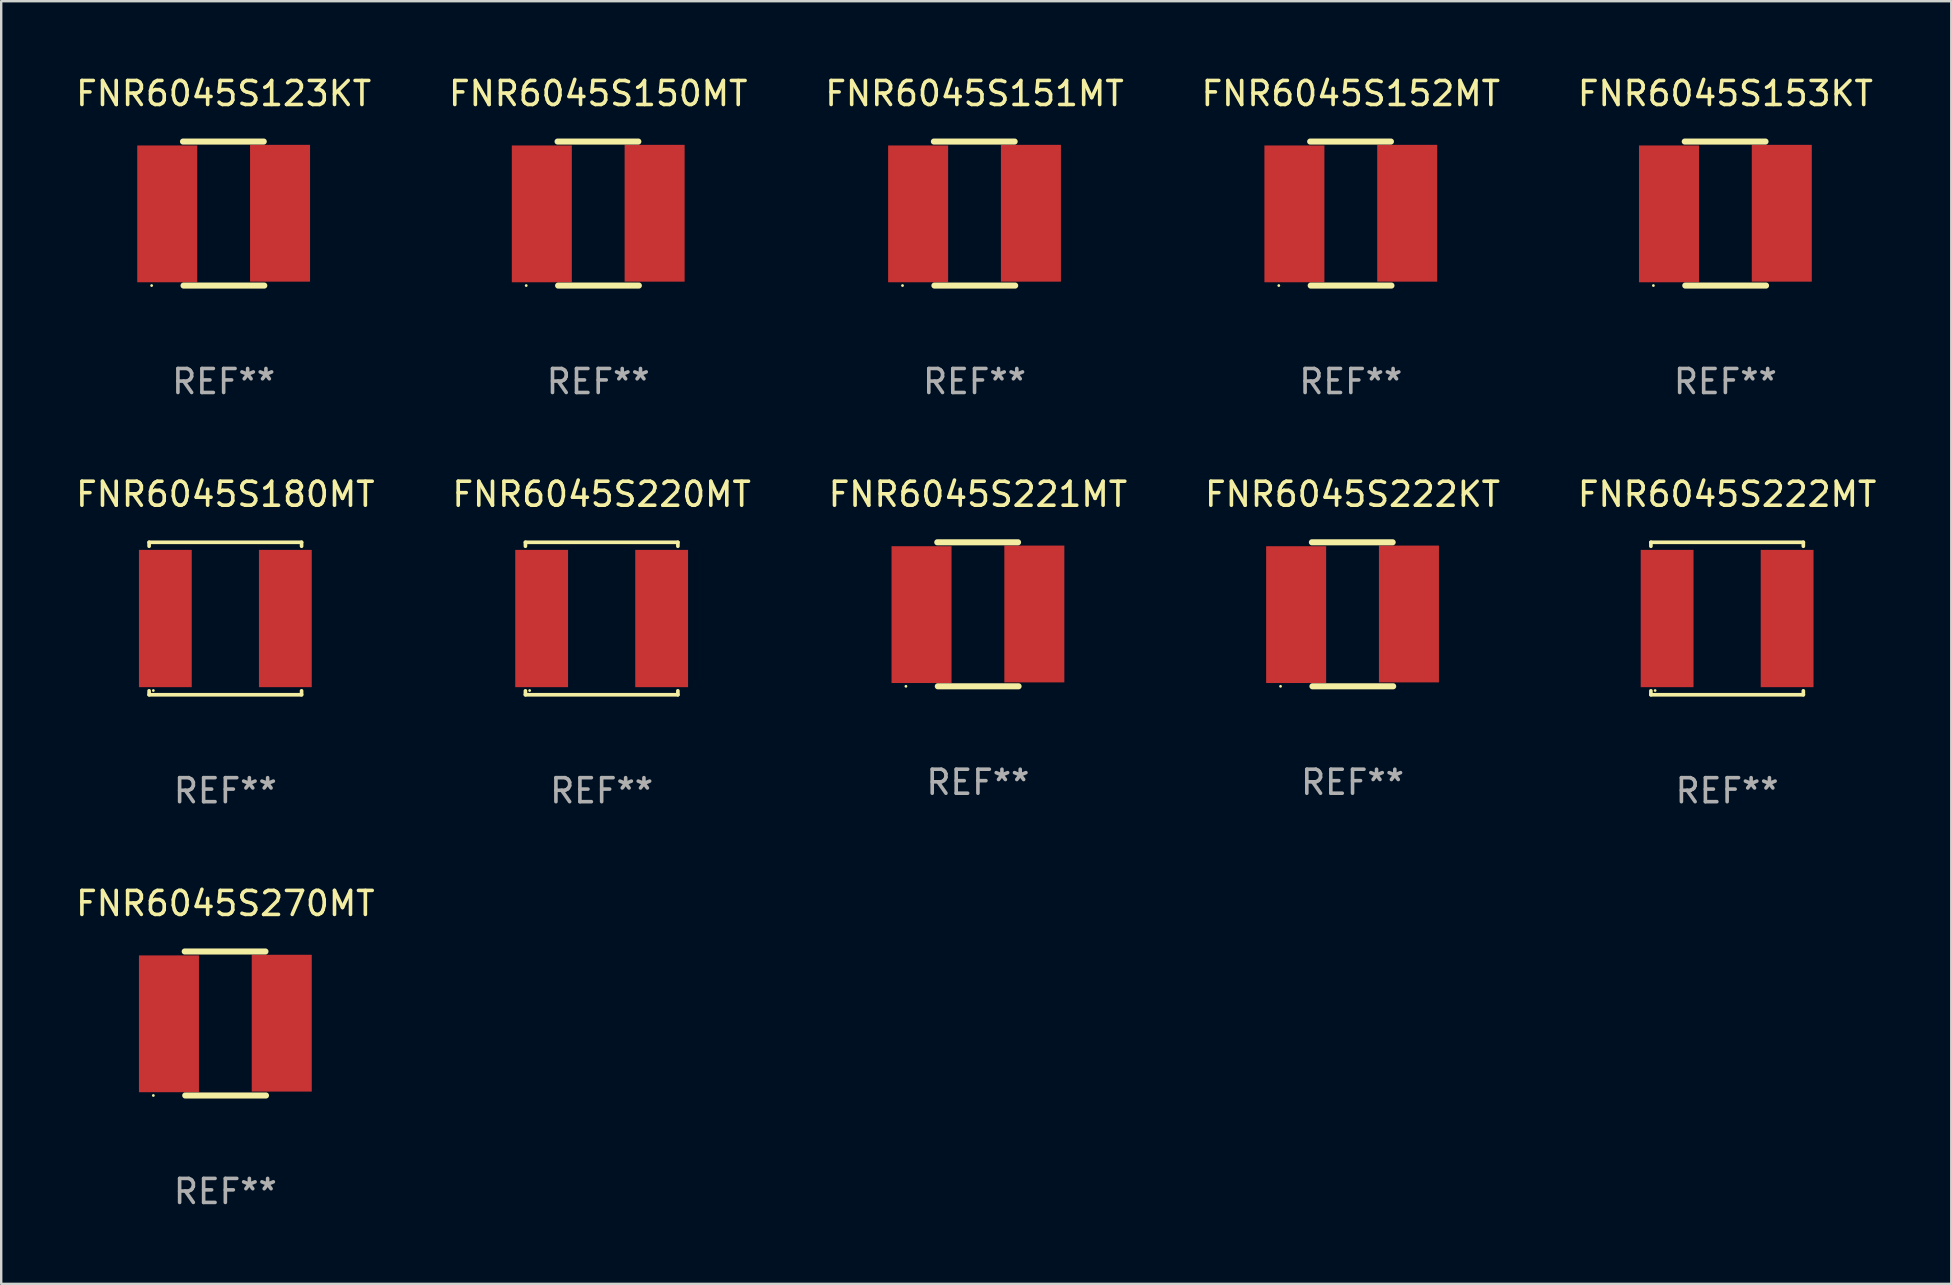
<source format=kicad_pcb>
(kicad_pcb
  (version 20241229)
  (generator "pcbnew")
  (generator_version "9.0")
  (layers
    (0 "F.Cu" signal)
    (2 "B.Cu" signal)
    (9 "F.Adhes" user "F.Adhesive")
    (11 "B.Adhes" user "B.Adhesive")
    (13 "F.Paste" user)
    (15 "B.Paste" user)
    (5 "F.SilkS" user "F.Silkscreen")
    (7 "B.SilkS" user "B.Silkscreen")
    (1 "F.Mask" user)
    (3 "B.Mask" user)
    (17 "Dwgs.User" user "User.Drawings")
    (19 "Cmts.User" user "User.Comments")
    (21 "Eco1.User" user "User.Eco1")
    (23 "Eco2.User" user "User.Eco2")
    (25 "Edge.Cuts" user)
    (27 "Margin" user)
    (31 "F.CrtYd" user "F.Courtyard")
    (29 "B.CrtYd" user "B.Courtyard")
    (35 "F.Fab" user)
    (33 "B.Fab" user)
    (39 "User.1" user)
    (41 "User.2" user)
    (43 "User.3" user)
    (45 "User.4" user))
  (footprint "FNR6045S152MT"
    (layer "F.Cu")
    (at 53.232 5.848)
    (property "Reference" "FNR6045S152MT" (at 0 -5 0) (layer "F.SilkS") (effects (font (size 1 1) (thickness 0.15))))
    (attr through_hole)
    (fp_line (start -1.693 -3) (end 1.671 -3) (stroke (width 0.254) (type solid)) (layer "F.SilkS"))
    (fp_line (start -1.671 3) (end 1.693 3) (stroke (width 0.254) (type solid)) (layer "F.SilkS"))
    (fp_circle (center -3 3) (end -2.97 3) (stroke (width 0.06) (type solid)) (fill no) (layer "F.SilkS"))
    (fp_text user "REF**" (at 0 7 0) (layer "F.Fab") (effects (font (size 1 1) (thickness 0.15))))
    (pad "1" smd rect (at -2.35 0.013) (size 2.5 5.7) (layers "F.Cu" "F.Mask" "F.Paste"))
    (pad "2" smd rect (at 2.35 -0.013) (size 2.5 5.7) (layers "F.Cu" "F.Mask" "F.Paste")))
  (footprint "FNR6045S153KT"
    (layer "F.Cu")
    (at 68.839 5.848)
    (property "Reference" "FNR6045S153KT" (at 0 -5 0) (layer "F.SilkS") (effects (font (size 1 1) (thickness 0.15))))
    (attr through_hole)
    (fp_line (start -1.693 -3) (end 1.671 -3) (stroke (width 0.254) (type solid)) (layer "F.SilkS"))
    (fp_line (start -1.671 3) (end 1.693 3) (stroke (width 0.254) (type solid)) (layer "F.SilkS"))
    (fp_circle (center -3 3) (end -2.97 3) (stroke (width 0.06) (type solid)) (fill no) (layer "F.SilkS"))
    (fp_text user "REF**" (at 0 7 0) (layer "F.Fab") (effects (font (size 1 1) (thickness 0.15))))
    (pad "1" smd rect (at -2.35 0.013) (size 2.5 5.7) (layers "F.Cu" "F.Mask" "F.Paste"))
    (pad "2" smd rect (at 2.35 -0.013) (size 2.5 5.7) (layers "F.Cu" "F.Mask" "F.Paste")))
  (footprint "FNR6045S123KT"
    (layer "F.Cu")
    (at 6.268 5.848)
    (property "Reference" "FNR6045S123KT" (at 0 -5 0) (layer "F.SilkS") (effects (font (size 1 1) (thickness 0.15))))
    (attr through_hole)
    (fp_line (start -1.693 -3) (end 1.671 -3) (stroke (width 0.254) (type solid)) (layer "F.SilkS"))
    (fp_line (start -1.671 3) (end 1.693 3) (stroke (width 0.254) (type solid)) (layer "F.SilkS"))
    (fp_circle (center -3 3) (end -2.97 3) (stroke (width 0.06) (type solid)) (fill no) (layer "F.SilkS"))
    (fp_text user "REF**" (at 0 7 0) (layer "F.Fab") (effects (font (size 1 1) (thickness 0.15))))
    (pad "1" smd rect (at -2.35 0.013) (size 2.5 5.7) (layers "F.Cu" "F.Mask" "F.Paste"))
    (pad "2" smd rect (at 2.35 -0.013) (size 2.5 5.7) (layers "F.Cu" "F.Mask" "F.Paste")))
  (footprint "FNR6045S220MT"
    (layer "F.Cu")
    (at 22.018 22.721)
    (property "Reference" "FNR6045S220MT" (at 0 -5.176 0) (layer "F.SilkS") (effects (font (size 1 1) (thickness 0.15))))
    (attr through_hole)
    (fp_line (start -3.176 -3.176) (end 3.176 -3.176) (stroke (width 0.152) (type solid)) (layer "F.SilkS"))
    (fp_line (start -3.176 -3.012) (end -3.176 -3.176) (stroke (width 0.152) (type solid)) (layer "F.SilkS"))
    (fp_line (start -3.176 3.012) (end -3.176 3.176) (stroke (width 0.152) (type solid)) (layer "F.SilkS"))
    (fp_line (start -3.176 3.176) (end 3.176 3.176) (stroke (width 0.152) (type solid)) (layer "F.SilkS"))
    (fp_line (start 3.176 -3.176) (end 3.176 -3.012) (stroke (width 0.152) (type solid)) (layer "F.SilkS"))
    (fp_line (start 3.176 3.176) (end 3.176 3.012) (stroke (width 0.152) (type solid)) (layer "F.SilkS"))
    (fp_circle (center -3 3) (end -2.97 3) (stroke (width 0.06) (type solid)) (fill no) (layer "F.SilkS"))
    (fp_text user "REF**" (at 0 7.176 0) (layer "F.Fab") (effects (font (size 1 1) (thickness 0.15))))
    (pad "1" smd rect (at -2.5 0) (size 2.2 5.72) (layers "F.Cu" "F.Mask" "F.Paste"))
    (pad "2" smd rect (at 2.5 0) (size 2.2 5.72) (layers "F.Cu" "F.Mask" "F.Paste")))
  (footprint "FNR6045S150MT"
    (layer "F.Cu")
    (at 21.875 5.848)
    (property "Reference" "FNR6045S150MT" (at 0 -5 0) (layer "F.SilkS") (effects (font (size 1 1) (thickness 0.15))))
    (attr through_hole)
    (fp_line (start -1.693 -3) (end 1.671 -3) (stroke (width 0.254) (type solid)) (layer "F.SilkS"))
    (fp_line (start -1.671 3) (end 1.693 3) (stroke (width 0.254) (type solid)) (layer "F.SilkS"))
    (fp_circle (center -3 3) (end -2.97 3) (stroke (width 0.06) (type solid)) (fill no) (layer "F.SilkS"))
    (fp_text user "REF**" (at 0 7 0) (layer "F.Fab") (effects (font (size 1 1) (thickness 0.15))))
    (pad "1" smd rect (at -2.35 0.013) (size 2.5 5.7) (layers "F.Cu" "F.Mask" "F.Paste"))
    (pad "2" smd rect (at 2.35 -0.013) (size 2.5 5.7) (layers "F.Cu" "F.Mask" "F.Paste")))
  (footprint "FNR6045S222MT"
    (layer "F.Cu")
    (at 68.911 22.721)
    (property "Reference" "FNR6045S222MT" (at 0 -5.176 0) (layer "F.SilkS") (effects (font (size 1 1) (thickness 0.15))))
    (attr through_hole)
    (fp_line (start -3.176 -3.176) (end 3.176 -3.176) (stroke (width 0.152) (type solid)) (layer "F.SilkS"))
    (fp_line (start -3.176 -3.012) (end -3.176 -3.176) (stroke (width 0.152) (type solid)) (layer "F.SilkS"))
    (fp_line (start -3.176 3.012) (end -3.176 3.176) (stroke (width 0.152) (type solid)) (layer "F.SilkS"))
    (fp_line (start -3.176 3.176) (end 3.176 3.176) (stroke (width 0.152) (type solid)) (layer "F.SilkS"))
    (fp_line (start 3.176 -3.176) (end 3.176 -3.012) (stroke (width 0.152) (type solid)) (layer "F.SilkS"))
    (fp_line (start 3.176 3.176) (end 3.176 3.012) (stroke (width 0.152) (type solid)) (layer "F.SilkS"))
    (fp_circle (center -3 3) (end -2.97 3) (stroke (width 0.06) (type solid)) (fill no) (layer "F.SilkS"))
    (fp_text user "REF**" (at 0 7.176 0) (layer "F.Fab") (effects (font (size 1 1) (thickness 0.15))))
    (pad "1" smd rect (at -2.5 0) (size 2.2 5.72) (layers "F.Cu" "F.Mask" "F.Paste"))
    (pad "2" smd rect (at 2.5 0) (size 2.2 5.72) (layers "F.Cu" "F.Mask" "F.Paste")))
  (footprint "FNR6045S151MT"
    (layer "F.Cu")
    (at 37.554 5.848)
    (property "Reference" "FNR6045S151MT" (at 0 -5 0) (layer "F.SilkS") (effects (font (size 1 1) (thickness 0.15))))
    (attr through_hole)
    (fp_line (start -1.693 -3) (end 1.671 -3) (stroke (width 0.254) (type solid)) (layer "F.SilkS"))
    (fp_line (start -1.671 3) (end 1.693 3) (stroke (width 0.254) (type solid)) (layer "F.SilkS"))
    (fp_circle (center -3 3) (end -2.97 3) (stroke (width 0.06) (type solid)) (fill no) (layer "F.SilkS"))
    (fp_text user "REF**" (at 0 7 0) (layer "F.Fab") (effects (font (size 1 1) (thickness 0.15))))
    (pad "1" smd rect (at -2.35 0.013) (size 2.5 5.7) (layers "F.Cu" "F.Mask" "F.Paste"))
    (pad "2" smd rect (at 2.35 -0.013) (size 2.5 5.7) (layers "F.Cu" "F.Mask" "F.Paste")))
  (footprint "FNR6045S180MT"
    (layer "F.Cu")
    (at 6.339 22.721)
    (property "Reference" "FNR6045S180MT" (at 0 -5.176 0) (layer "F.SilkS") (effects (font (size 1 1) (thickness 0.15))))
    (attr through_hole)
    (fp_line (start -3.176 -3.176) (end 3.176 -3.176) (stroke (width 0.152) (type solid)) (layer "F.SilkS"))
    (fp_line (start -3.176 -3.012) (end -3.176 -3.176) (stroke (width 0.152) (type solid)) (layer "F.SilkS"))
    (fp_line (start -3.176 3.012) (end -3.176 3.176) (stroke (width 0.152) (type solid)) (layer "F.SilkS"))
    (fp_line (start -3.176 3.176) (end 3.176 3.176) (stroke (width 0.152) (type solid)) (layer "F.SilkS"))
    (fp_line (start 3.176 -3.176) (end 3.176 -3.012) (stroke (width 0.152) (type solid)) (layer "F.SilkS"))
    (fp_line (start 3.176 3.176) (end 3.176 3.012) (stroke (width 0.152) (type solid)) (layer "F.SilkS"))
    (fp_circle (center -3 3) (end -2.97 3) (stroke (width 0.06) (type solid)) (fill no) (layer "F.SilkS"))
    (fp_text user "REF**" (at 0 7.176 0) (layer "F.Fab") (effects (font (size 1 1) (thickness 0.15))))
    (pad "1" smd rect (at -2.5 0) (size 2.2 5.72) (layers "F.Cu" "F.Mask" "F.Paste"))
    (pad "2" smd rect (at 2.5 0) (size 2.2 5.72) (layers "F.Cu" "F.Mask" "F.Paste")))
  (footprint "FNR6045S221MT"
    (layer "F.Cu")
    (at 37.696 22.545)
    (property "Reference" "FNR6045S221MT" (at 0 -5 0) (layer "F.SilkS") (effects (font (size 1 1) (thickness 0.15))))
    (attr through_hole)
    (fp_line (start -1.693 -3) (end 1.671 -3) (stroke (width 0.254) (type solid)) (layer "F.SilkS"))
    (fp_line (start -1.671 3) (end 1.693 3) (stroke (width 0.254) (type solid)) (layer "F.SilkS"))
    (fp_circle (center -3 3) (end -2.97 3) (stroke (width 0.06) (type solid)) (fill no) (layer "F.SilkS"))
    (fp_text user "REF**" (at 0 7 0) (layer "F.Fab") (effects (font (size 1 1) (thickness 0.15))))
    (pad "1" smd rect (at -2.35 0.013) (size 2.5 5.7) (layers "F.Cu" "F.Mask" "F.Paste"))
    (pad "2" smd rect (at 2.35 -0.013) (size 2.5 5.7) (layers "F.Cu" "F.Mask" "F.Paste")))
  (footprint "FNR6045S270MT"
    (layer "F.Cu")
    (at 6.339 39.594)
    (property "Reference" "FNR6045S270MT" (at 0 -5 0) (layer "F.SilkS") (effects (font (size 1 1) (thickness 0.15))))
    (attr through_hole)
    (fp_line (start -1.693 -3) (end 1.671 -3) (stroke (width 0.254) (type solid)) (layer "F.SilkS"))
    (fp_line (start -1.671 3) (end 1.693 3) (stroke (width 0.254) (type solid)) (layer "F.SilkS"))
    (fp_circle (center -3 3) (end -2.97 3) (stroke (width 0.06) (type solid)) (fill no) (layer "F.SilkS"))
    (fp_text user "REF**" (at 0 7 0) (layer "F.Fab") (effects (font (size 1 1) (thickness 0.15))))
    (pad "1" smd rect (at -2.35 0.013) (size 2.5 5.7) (layers "F.Cu" "F.Mask" "F.Paste"))
    (pad "2" smd rect (at 2.35 -0.013) (size 2.5 5.7) (layers "F.Cu" "F.Mask" "F.Paste")))
  (footprint "FNR6045S222KT"
    (layer "F.Cu")
    (at 53.304 22.545)
    (property "Reference" "FNR6045S222KT" (at 0 -5 0) (layer "F.SilkS") (effects (font (size 1 1) (thickness 0.15))))
    (attr through_hole)
    (fp_line (start -1.693 -3) (end 1.671 -3) (stroke (width 0.254) (type solid)) (layer "F.SilkS"))
    (fp_line (start -1.671 3) (end 1.693 3) (stroke (width 0.254) (type solid)) (layer "F.SilkS"))
    (fp_circle (center -3 3) (end -2.97 3) (stroke (width 0.06) (type solid)) (fill no) (layer "F.SilkS"))
    (fp_text user "REF**" (at 0 7 0) (layer "F.Fab") (effects (font (size 1 1) (thickness 0.15))))
    (pad "1" smd rect (at -2.35 0.013) (size 2.5 5.7) (layers "F.Cu" "F.Mask" "F.Paste"))
    (pad "2" smd rect (at 2.35 -0.013) (size 2.5 5.7) (layers "F.Cu" "F.Mask" "F.Paste")))
  (gr_rect
    (start -3 -3)
    (end 78.25 50.442)
    (stroke (width 0.1) (type default))
    (fill no)
    (layer "Edge.Cuts")))
</source>
